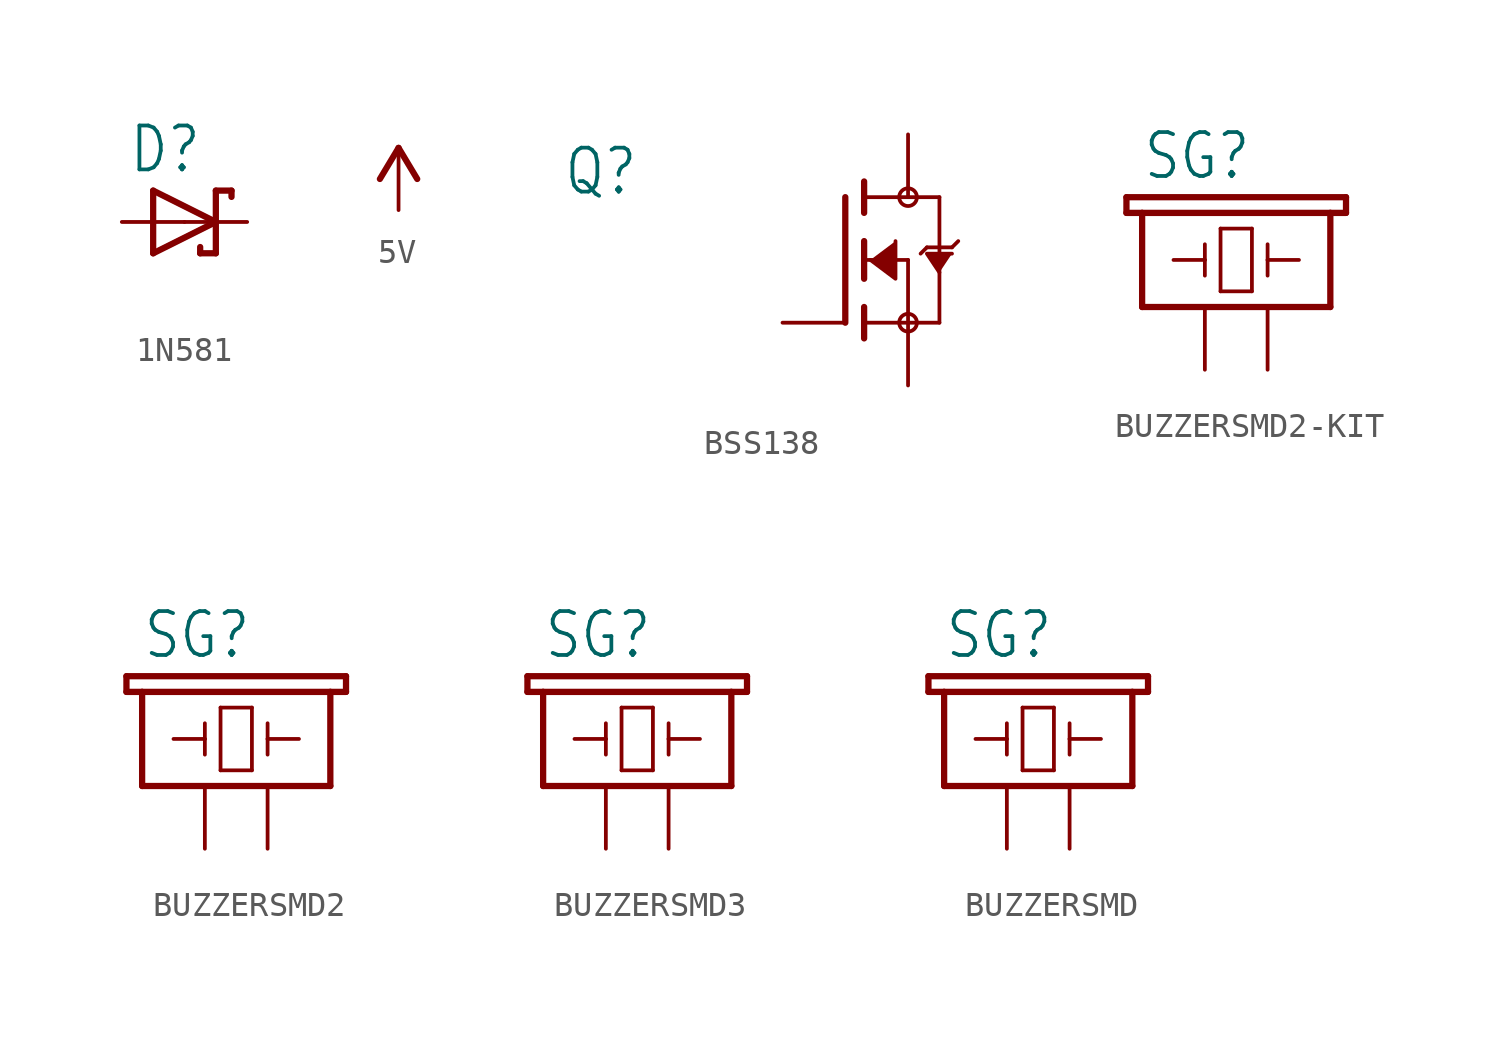
<source format=kicad_sym>
(kicad_symbol_lib
  (version 20241209)
  (generator "kicad_symbol_editor")
  (generator_version "9.0")
  (symbol "1N581"
    (property "Reference" "D"
      (at -2.286 1.905 0)
      (effects (font (size 1.778 1.511)) (justify left bottom)))
    (property "Value" ""
      (at -2.286 -3.429 0)
      (effects (font (size 1.778 1.511)) (justify left bottom)))
    (property "ki_locked" ""
      (at 0 0 0)
      (effects (font (size 1.27 1.27))))
    (symbol "1N581_1_0"
      (polyline (pts (xy -1.27 1.27) (xy -1.27 -1.27)) (stroke (width 0.254) (type solid)) (fill (type none)))
      (polyline (pts (xy -1.27 -1.27) (xy 1.27 0)) (stroke (width 0.254) (type solid)) (fill (type none)))
      (polyline (pts (xy 0.635 -1.016) (xy 0.635 -1.27)) (stroke (width 0.254) (type solid)) (fill (type none)))
      (polyline (pts (xy 1.27 1.27) (xy 1.27 0)) (stroke (width 0.254) (type solid)) (fill (type none)))
      (polyline (pts (xy 1.27 0) (xy -1.27 1.27)) (stroke (width 0.254) (type solid)) (fill (type none)))
      (polyline (pts (xy 1.27 0) (xy 1.27 -1.27)) (stroke (width 0.254) (type solid)) (fill (type none)))
      (polyline (pts (xy 1.27 -1.27) (xy 0.635 -1.27)) (stroke (width 0.254) (type solid)) (fill (type none)))
      (polyline (pts (xy 1.905 1.27) (xy 1.27 1.27)) (stroke (width 0.254) (type solid)) (fill (type none)))
      (polyline (pts (xy 1.905 1.27) (xy 1.905 1.016)) (stroke (width 0.254) (type solid)) (fill (type none)))
      (pin passive line (at -2.54 0 0) (length 2.54) (name "A" (effects (font (size 0 0)))) (number "A" (effects (font (size 0 0)))))
      (pin passive line (at 2.54 0 180) (length 2.54) (name "C" (effects (font (size 0 0)))) (number "C" (effects (font (size 0 0)))))))
  (symbol "5V"
    (power)
    (property "Reference" "#US"
      (at 0 0 0)
      (effects (font (size 1.27 1.27)) (hide yes)))
    (property "Value" ""
      (at -1.016 3.556 0)
      (effects (font (size 1.778 1.511)) (justify left bottom)))
    (property "ki_locked" ""
      (at 0 0 0)
      (effects (font (size 1.27 1.27))))
    (symbol "5V_1_0"
      (polyline (pts (xy 0 2.54) (xy -0.762 1.27)) (stroke (width 0.254) (type solid)) (fill (type none)))
      (polyline (pts (xy 0.762 1.27) (xy 0 2.54)) (stroke (width 0.254) (type solid)) (fill (type none)))
      (pin power_in line (at 0 0 90) (length 2.54) (name "5V" (effects (font (size 0 0)))) (number "1" (effects (font (size 0 0)))))))
  (symbol "BSS138"
    (property "Reference" "Q"
      (at -11.43 2.54 0)
      (effects (font (size 1.778 1.511)) (justify left bottom)))
    (property "Value" ""
      (at -11.43 0 0)
      (effects (font (size 1.778 1.511)) (justify left bottom)))
    (property "ki_locked" ""
      (at 0 0 0)
      (effects (font (size 1.27 1.27))))
    (symbol "BSS138_1_0"
      (polyline (pts (xy 0 2.54) (xy 0 -2.54)) (stroke (width 0.254) (type solid)) (fill (type none)))
      (polyline (pts (xy 0.762 3.175) (xy 0.762 2.54)) (stroke (width 0.254) (type solid)) (fill (type none)))
      (polyline (pts (xy 0.762 2.54) (xy 0.762 1.905)) (stroke (width 0.254) (type solid)) (fill (type none)))
      (polyline (pts (xy 0.762 2.54) (xy 3.81 2.54)) (stroke (width 0.152) (type solid)) (fill (type none)))
      (polyline (pts (xy 0.762 0.762) (xy 0.762 0)) (stroke (width 0.254) (type solid)) (fill (type none)))
      (polyline (pts (xy 0.762 0) (xy 0.762 -0.762)) (stroke (width 0.254) (type solid)) (fill (type none)))
      (polyline (pts (xy 0.762 0) (xy 2.54 0)) (stroke (width 0.152) (type solid)) (fill (type none)))
      (polyline (pts (xy 0.762 -1.905) (xy 0.762 -2.54)) (stroke (width 0.254) (type solid)) (fill (type none)))
      (polyline (pts (xy 0.762 -2.54) (xy 0.762 -3.175)) (stroke (width 0.254) (type solid)) (fill (type none)))
      (polyline (pts (xy 1.016 0) (xy 2.032 -0.762) (xy 2.032 0.762)) (stroke (width 0.152) (type solid)) (fill (type outline)))
      (circle (center 2.54 2.54) (radius 0.359) (stroke (width 0) (type solid)) (fill (type none)))
      (polyline (pts (xy 2.54 0) (xy 2.54 -2.54)) (stroke (width 0.152) (type solid)) (fill (type none)))
      (polyline (pts (xy 2.54 -2.54) (xy 0.762 -2.54)) (stroke (width 0.152) (type solid)) (fill (type none)))
      (polyline (pts (xy 2.54 -2.54) (xy 3.81 -2.54)) (stroke (width 0.152) (type solid)) (fill (type none)))
      (circle (center 2.54 -2.54) (radius 0.359) (stroke (width 0) (type solid)) (fill (type none)))
      (polyline (pts (xy 3.302 0.508) (xy 3.048 0.254)) (stroke (width 0.152) (type solid)) (fill (type none)))
      (polyline (pts (xy 3.81 2.54) (xy 3.81 0.508)) (stroke (width 0.152) (type solid)) (fill (type none)))
      (polyline (pts (xy 3.81 0.508) (xy 3.302 0.508)) (stroke (width 0.152) (type solid)) (fill (type none)))
      (polyline (pts (xy 3.81 0.508) (xy 3.81 -2.54)) (stroke (width 0.152) (type solid)) (fill (type none)))
      (polyline (pts (xy 3.81 -0.508) (xy 3.302 0.254) (xy 4.318 0.254)) (stroke (width 0.152) (type solid)) (fill (type outline)))
      (polyline (pts (xy 4.318 0.508) (xy 3.81 0.508)) (stroke (width 0.152) (type solid)) (fill (type none)))
      (polyline (pts (xy 4.572 0.762) (xy 4.318 0.508)) (stroke (width 0.152) (type solid)) (fill (type none)))
      (pin passive line (at -2.54 -2.54 0) (length 2.54) (name "G" (effects (font (size 0 0)))) (number "1" (effects (font (size 0 0)))))
      (pin passive line (at 2.54 5.08 270) (length 2.54) (name "D" (effects (font (size 0 0)))) (number "3" (effects (font (size 0 0)))))
      (pin passive line (at 2.54 -5.08 90) (length 2.54) (name "S" (effects (font (size 0 0)))) (number "2" (effects (font (size 0 0)))))))
  (symbol "BUZZERSMD2-KIT"
    (property "Reference" "SG"
      (at -2.54 5.08 0)
      (effects (font (size 1.778 1.511)) (justify left bottom)))
    (property "Value" ""
      (at 6.35 0 0)
      (effects (font (size 1.778 1.511)) (justify left bottom)))
    (property "ki_locked" ""
      (at 0 0 0)
      (effects (font (size 1.27 1.27))))
    (symbol "BUZZERSMD2-KIT_1_0"
      (polyline (pts (xy -3.175 4.445) (xy -3.175 3.81)) (stroke (width 0.254) (type solid)) (fill (type none)))
      (polyline (pts (xy -3.175 3.81) (xy -2.54 3.81)) (stroke (width 0.254) (type solid)) (fill (type none)))
      (polyline (pts (xy -2.54 3.81) (xy -2.54 0)) (stroke (width 0.254) (type solid)) (fill (type none)))
      (polyline (pts (xy -2.54 3.81) (xy 5.08 3.81)) (stroke (width 0.254) (type solid)) (fill (type none)))
      (polyline (pts (xy -2.54 0) (xy 5.08 0)) (stroke (width 0.254) (type solid)) (fill (type none)))
      (polyline (pts (xy -1.27 1.905) (xy 0 1.905)) (stroke (width 0.152) (type solid)) (fill (type none)))
      (polyline (pts (xy 0 1.905) (xy 0 2.54)) (stroke (width 0.152) (type solid)) (fill (type none)))
      (polyline (pts (xy 0 1.905) (xy 0 1.27)) (stroke (width 0.152) (type solid)) (fill (type none)))
      (polyline (pts (xy 0.635 3.175) (xy 0.635 0.635)) (stroke (width 0.152) (type solid)) (fill (type none)))
      (polyline (pts (xy 0.635 0.635) (xy 1.905 0.635)) (stroke (width 0.152) (type solid)) (fill (type none)))
      (polyline (pts (xy 1.905 3.175) (xy 0.635 3.175)) (stroke (width 0.152) (type solid)) (fill (type none)))
      (polyline (pts (xy 1.905 0.635) (xy 1.905 3.175)) (stroke (width 0.152) (type solid)) (fill (type none)))
      (polyline (pts (xy 2.54 2.54) (xy 2.54 1.905)) (stroke (width 0.152) (type solid)) (fill (type none)))
      (polyline (pts (xy 2.54 1.905) (xy 2.54 1.27)) (stroke (width 0.152) (type solid)) (fill (type none)))
      (polyline (pts (xy 2.54 1.905) (xy 3.81 1.905)) (stroke (width 0.152) (type solid)) (fill (type none)))
      (polyline (pts (xy 5.08 3.81) (xy 5.715 3.81)) (stroke (width 0.254) (type solid)) (fill (type none)))
      (polyline (pts (xy 5.08 0) (xy 5.08 3.81)) (stroke (width 0.254) (type solid)) (fill (type none)))
      (polyline (pts (xy 5.715 4.445) (xy -3.175 4.445)) (stroke (width 0.254) (type solid)) (fill (type none)))
      (polyline (pts (xy 5.715 3.81) (xy 5.715 4.445)) (stroke (width 0.254) (type solid)) (fill (type none)))
      (pin passive line (at 0 -2.54 90) (length 2.54) (name "1" (effects (font (size 0 0)))) (number "+" (effects (font (size 0 0)))))
      (pin passive line (at 2.54 -2.54 90) (length 2.54) (name "2" (effects (font (size 0 0)))) (number "-" (effects (font (size 0 0)))))))
  (symbol "BUZZERSMD2"
    (property "Reference" "SG"
      (at -2.54 5.08 0)
      (effects (font (size 1.778 1.511)) (justify left bottom)))
    (property "Value" ""
      (at 6.35 0 0)
      (effects (font (size 1.778 1.511)) (justify left bottom)))
    (property "ki_locked" ""
      (at 0 0 0)
      (effects (font (size 1.27 1.27))))
    (symbol "BUZZERSMD2_1_0"
      (polyline (pts (xy -3.175 4.445) (xy -3.175 3.81)) (stroke (width 0.254) (type solid)) (fill (type none)))
      (polyline (pts (xy -3.175 3.81) (xy -2.54 3.81)) (stroke (width 0.254) (type solid)) (fill (type none)))
      (polyline (pts (xy -2.54 3.81) (xy -2.54 0)) (stroke (width 0.254) (type solid)) (fill (type none)))
      (polyline (pts (xy -2.54 3.81) (xy 5.08 3.81)) (stroke (width 0.254) (type solid)) (fill (type none)))
      (polyline (pts (xy -2.54 0) (xy 5.08 0)) (stroke (width 0.254) (type solid)) (fill (type none)))
      (polyline (pts (xy -1.27 1.905) (xy 0 1.905)) (stroke (width 0.152) (type solid)) (fill (type none)))
      (polyline (pts (xy 0 1.905) (xy 0 2.54)) (stroke (width 0.152) (type solid)) (fill (type none)))
      (polyline (pts (xy 0 1.905) (xy 0 1.27)) (stroke (width 0.152) (type solid)) (fill (type none)))
      (polyline (pts (xy 0.635 3.175) (xy 0.635 0.635)) (stroke (width 0.152) (type solid)) (fill (type none)))
      (polyline (pts (xy 0.635 0.635) (xy 1.905 0.635)) (stroke (width 0.152) (type solid)) (fill (type none)))
      (polyline (pts (xy 1.905 3.175) (xy 0.635 3.175)) (stroke (width 0.152) (type solid)) (fill (type none)))
      (polyline (pts (xy 1.905 0.635) (xy 1.905 3.175)) (stroke (width 0.152) (type solid)) (fill (type none)))
      (polyline (pts (xy 2.54 2.54) (xy 2.54 1.905)) (stroke (width 0.152) (type solid)) (fill (type none)))
      (polyline (pts (xy 2.54 1.905) (xy 2.54 1.27)) (stroke (width 0.152) (type solid)) (fill (type none)))
      (polyline (pts (xy 2.54 1.905) (xy 3.81 1.905)) (stroke (width 0.152) (type solid)) (fill (type none)))
      (polyline (pts (xy 5.08 3.81) (xy 5.715 3.81)) (stroke (width 0.254) (type solid)) (fill (type none)))
      (polyline (pts (xy 5.08 0) (xy 5.08 3.81)) (stroke (width 0.254) (type solid)) (fill (type none)))
      (polyline (pts (xy 5.715 4.445) (xy -3.175 4.445)) (stroke (width 0.254) (type solid)) (fill (type none)))
      (polyline (pts (xy 5.715 3.81) (xy 5.715 4.445)) (stroke (width 0.254) (type solid)) (fill (type none)))
      (pin passive line (at 0 -2.54 90) (length 2.54) (name "1" (effects (font (size 0 0)))) (number "+" (effects (font (size 0 0)))))
      (pin passive line (at 2.54 -2.54 90) (length 2.54) (name "2" (effects (font (size 0 0)))) (number "-" (effects (font (size 0 0)))))))
  (symbol "BUZZERSMD3"
    (property "Reference" "SG"
      (at -2.54 5.08 0)
      (effects (font (size 1.778 1.511)) (justify left bottom)))
    (property "Value" ""
      (at 6.35 0 0)
      (effects (font (size 1.778 1.511)) (justify left bottom)))
    (property "ki_locked" ""
      (at 0 0 0)
      (effects (font (size 1.27 1.27))))
    (symbol "BUZZERSMD3_1_0"
      (polyline (pts (xy -3.175 4.445) (xy -3.175 3.81)) (stroke (width 0.254) (type solid)) (fill (type none)))
      (polyline (pts (xy -3.175 3.81) (xy -2.54 3.81)) (stroke (width 0.254) (type solid)) (fill (type none)))
      (polyline (pts (xy -2.54 3.81) (xy -2.54 0)) (stroke (width 0.254) (type solid)) (fill (type none)))
      (polyline (pts (xy -2.54 3.81) (xy 5.08 3.81)) (stroke (width 0.254) (type solid)) (fill (type none)))
      (polyline (pts (xy -2.54 0) (xy 5.08 0)) (stroke (width 0.254) (type solid)) (fill (type none)))
      (polyline (pts (xy -1.27 1.905) (xy 0 1.905)) (stroke (width 0.152) (type solid)) (fill (type none)))
      (polyline (pts (xy 0 1.905) (xy 0 2.54)) (stroke (width 0.152) (type solid)) (fill (type none)))
      (polyline (pts (xy 0 1.905) (xy 0 1.27)) (stroke (width 0.152) (type solid)) (fill (type none)))
      (polyline (pts (xy 0.635 3.175) (xy 0.635 0.635)) (stroke (width 0.152) (type solid)) (fill (type none)))
      (polyline (pts (xy 0.635 0.635) (xy 1.905 0.635)) (stroke (width 0.152) (type solid)) (fill (type none)))
      (polyline (pts (xy 1.905 3.175) (xy 0.635 3.175)) (stroke (width 0.152) (type solid)) (fill (type none)))
      (polyline (pts (xy 1.905 0.635) (xy 1.905 3.175)) (stroke (width 0.152) (type solid)) (fill (type none)))
      (polyline (pts (xy 2.54 2.54) (xy 2.54 1.905)) (stroke (width 0.152) (type solid)) (fill (type none)))
      (polyline (pts (xy 2.54 1.905) (xy 2.54 1.27)) (stroke (width 0.152) (type solid)) (fill (type none)))
      (polyline (pts (xy 2.54 1.905) (xy 3.81 1.905)) (stroke (width 0.152) (type solid)) (fill (type none)))
      (polyline (pts (xy 5.08 3.81) (xy 5.715 3.81)) (stroke (width 0.254) (type solid)) (fill (type none)))
      (polyline (pts (xy 5.08 0) (xy 5.08 3.81)) (stroke (width 0.254) (type solid)) (fill (type none)))
      (polyline (pts (xy 5.715 4.445) (xy -3.175 4.445)) (stroke (width 0.254) (type solid)) (fill (type none)))
      (polyline (pts (xy 5.715 3.81) (xy 5.715 4.445)) (stroke (width 0.254) (type solid)) (fill (type none)))
      (pin passive line (at 0 -2.54 90) (length 2.54) (name "1" (effects (font (size 0 0)))) (number "1" (effects (font (size 0 0)))))
      (pin passive line (at 2.54 -2.54 90) (length 2.54) (name "2" (effects (font (size 0 0)))) (number "2" (effects (font (size 0 0)))))))
  (symbol "BUZZERSMD"
    (property "Reference" "SG"
      (at -2.54 5.08 0)
      (effects (font (size 1.778 1.511)) (justify left bottom)))
    (property "Value" ""
      (at 6.35 0 0)
      (effects (font (size 1.778 1.511)) (justify left bottom)))
    (property "ki_locked" ""
      (at 0 0 0)
      (effects (font (size 1.27 1.27))))
    (symbol "BUZZERSMD_1_0"
      (polyline (pts (xy -3.175 4.445) (xy -3.175 3.81)) (stroke (width 0.254) (type solid)) (fill (type none)))
      (polyline (pts (xy -3.175 3.81) (xy -2.54 3.81)) (stroke (width 0.254) (type solid)) (fill (type none)))
      (polyline (pts (xy -2.54 3.81) (xy -2.54 0)) (stroke (width 0.254) (type solid)) (fill (type none)))
      (polyline (pts (xy -2.54 3.81) (xy 5.08 3.81)) (stroke (width 0.254) (type solid)) (fill (type none)))
      (polyline (pts (xy -2.54 0) (xy 5.08 0)) (stroke (width 0.254) (type solid)) (fill (type none)))
      (polyline (pts (xy -1.27 1.905) (xy 0 1.905)) (stroke (width 0.152) (type solid)) (fill (type none)))
      (polyline (pts (xy 0 1.905) (xy 0 2.54)) (stroke (width 0.152) (type solid)) (fill (type none)))
      (polyline (pts (xy 0 1.905) (xy 0 1.27)) (stroke (width 0.152) (type solid)) (fill (type none)))
      (polyline (pts (xy 0.635 3.175) (xy 0.635 0.635)) (stroke (width 0.152) (type solid)) (fill (type none)))
      (polyline (pts (xy 0.635 0.635) (xy 1.905 0.635)) (stroke (width 0.152) (type solid)) (fill (type none)))
      (polyline (pts (xy 1.905 3.175) (xy 0.635 3.175)) (stroke (width 0.152) (type solid)) (fill (type none)))
      (polyline (pts (xy 1.905 0.635) (xy 1.905 3.175)) (stroke (width 0.152) (type solid)) (fill (type none)))
      (polyline (pts (xy 2.54 2.54) (xy 2.54 1.905)) (stroke (width 0.152) (type solid)) (fill (type none)))
      (polyline (pts (xy 2.54 1.905) (xy 2.54 1.27)) (stroke (width 0.152) (type solid)) (fill (type none)))
      (polyline (pts (xy 2.54 1.905) (xy 3.81 1.905)) (stroke (width 0.152) (type solid)) (fill (type none)))
      (polyline (pts (xy 5.08 3.81) (xy 5.715 3.81)) (stroke (width 0.254) (type solid)) (fill (type none)))
      (polyline (pts (xy 5.08 0) (xy 5.08 3.81)) (stroke (width 0.254) (type solid)) (fill (type none)))
      (polyline (pts (xy 5.715 4.445) (xy -3.175 4.445)) (stroke (width 0.254) (type solid)) (fill (type none)))
      (polyline (pts (xy 5.715 3.81) (xy 5.715 4.445)) (stroke (width 0.254) (type solid)) (fill (type none)))
      (pin passive line (at 0 -2.54 90) (length 2.54) (name "1" (effects (font (size 0 0)))) (number "P$1" (effects (font (size 0 0)))))
      (pin passive line (at 2.54 -2.54 90) (length 2.54) (name "2" (effects (font (size 0 0)))) (number "P$2" (effects (font (size 0 0))))))))
</source>
